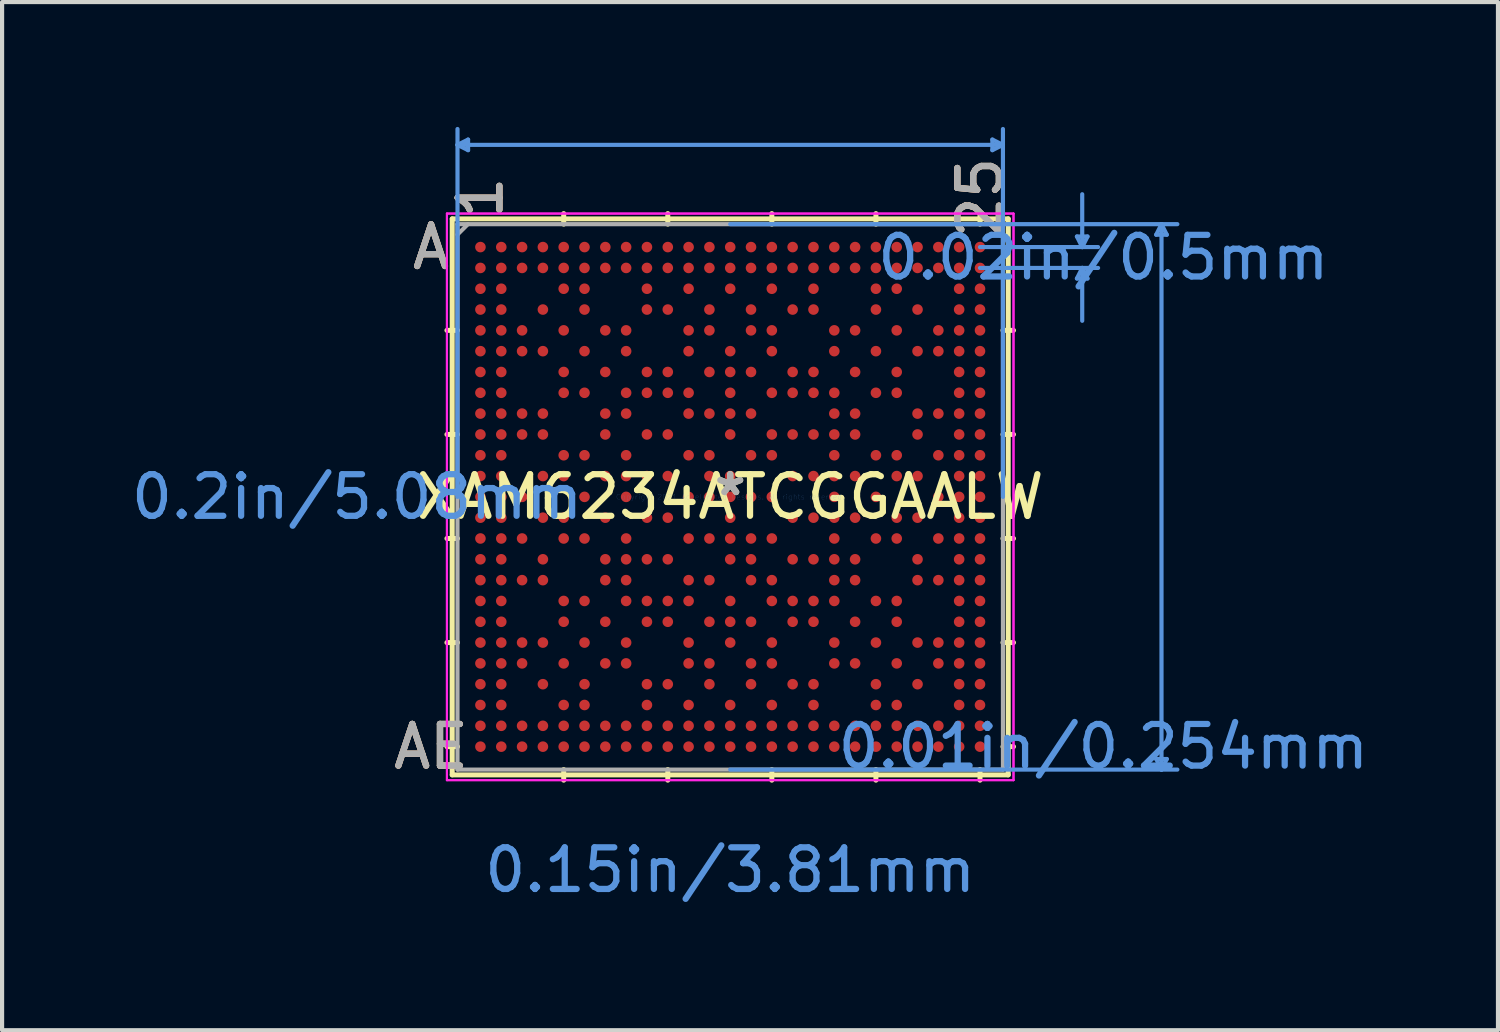
<source format=kicad_pcb>
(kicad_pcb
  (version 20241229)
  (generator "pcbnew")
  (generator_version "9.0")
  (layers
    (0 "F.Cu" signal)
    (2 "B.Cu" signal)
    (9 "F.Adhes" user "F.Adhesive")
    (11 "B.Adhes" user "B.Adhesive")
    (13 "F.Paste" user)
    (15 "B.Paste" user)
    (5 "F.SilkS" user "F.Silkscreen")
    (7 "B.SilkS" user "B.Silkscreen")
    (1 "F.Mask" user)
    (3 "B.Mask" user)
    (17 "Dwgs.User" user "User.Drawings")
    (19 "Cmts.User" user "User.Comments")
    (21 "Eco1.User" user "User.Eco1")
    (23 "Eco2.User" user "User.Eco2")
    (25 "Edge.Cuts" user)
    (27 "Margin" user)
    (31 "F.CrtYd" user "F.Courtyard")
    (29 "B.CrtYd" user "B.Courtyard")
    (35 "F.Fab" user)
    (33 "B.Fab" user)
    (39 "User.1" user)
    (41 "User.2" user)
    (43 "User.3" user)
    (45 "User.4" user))
  (footprint "XAM6234ATCGGAALW"
    (layer "F.Cu")
    (at 14.496 8.889)
    (property "Reference" "XAM6234ATCGGAALW" (at 0 0 0) (layer "F.SilkS") (effects (font (size 1 1) (thickness 0.15))))
    (attr through_hole)
    (fp_line (start -6.68 -6.68) (end -6.68 6.68) (stroke (width 0.12) (type solid)) (layer "F.SilkS"))
    (fp_line (start -6.68 6.68) (end 6.68 6.68) (stroke (width 0.12) (type solid)) (layer "F.SilkS"))
    (fp_line (start -6.553 -4.001) (end -6.807 -4.001) (stroke (width 0.12) (type solid)) (layer "F.SilkS"))
    (fp_line (start -6.553 -1.5) (end -6.807 -1.5) (stroke (width 0.12) (type solid)) (layer "F.SilkS"))
    (fp_line (start -6.553 1) (end -6.807 1) (stroke (width 0.12) (type solid)) (layer "F.SilkS"))
    (fp_line (start -6.553 3.501) (end -6.807 3.501) (stroke (width 0.12) (type solid)) (layer "F.SilkS"))
    (fp_line (start -6.553 6.002) (end -6.807 6.002) (stroke (width 0.12) (type solid)) (layer "F.SilkS"))
    (fp_line (start -4.001 -6.553) (end -4.001 -6.807) (stroke (width 0.12) (type solid)) (layer "F.SilkS"))
    (fp_line (start -4.001 6.553) (end -4.001 6.807) (stroke (width 0.12) (type solid)) (layer "F.SilkS"))
    (fp_line (start -1.5 -6.553) (end -1.5 -6.807) (stroke (width 0.12) (type solid)) (layer "F.SilkS"))
    (fp_line (start -1.5 6.553) (end -1.5 6.807) (stroke (width 0.12) (type solid)) (layer "F.SilkS"))
    (fp_line (start 1 -6.553) (end 1 -6.807) (stroke (width 0.12) (type solid)) (layer "F.SilkS"))
    (fp_line (start 1 6.553) (end 1 6.807) (stroke (width 0.12) (type solid)) (layer "F.SilkS"))
    (fp_line (start 3.501 -6.553) (end 3.501 -6.807) (stroke (width 0.12) (type solid)) (layer "F.SilkS"))
    (fp_line (start 3.501 6.553) (end 3.501 6.807) (stroke (width 0.12) (type solid)) (layer "F.SilkS"))
    (fp_line (start 6.002 -6.553) (end 6.002 -6.807) (stroke (width 0.12) (type solid)) (layer "F.SilkS"))
    (fp_line (start 6.002 6.553) (end 6.002 6.807) (stroke (width 0.12) (type solid)) (layer "F.SilkS"))
    (fp_line (start 6.553 -4.001) (end 6.807 -4.001) (stroke (width 0.12) (type solid)) (layer "F.SilkS"))
    (fp_line (start 6.553 -1.5) (end 6.807 -1.5) (stroke (width 0.12) (type solid)) (layer "F.SilkS"))
    (fp_line (start 6.553 1) (end 6.807 1) (stroke (width 0.12) (type solid)) (layer "F.SilkS"))
    (fp_line (start 6.553 3.501) (end 6.807 3.501) (stroke (width 0.12) (type solid)) (layer "F.SilkS"))
    (fp_line (start 6.553 6.002) (end 6.807 6.002) (stroke (width 0.12) (type solid)) (layer "F.SilkS"))
    (fp_line (start 6.68 -6.68) (end -6.68 -6.68) (stroke (width 0.12) (type solid)) (layer "F.SilkS"))
    (fp_line (start 6.68 6.68) (end 6.68 -6.68) (stroke (width 0.12) (type solid)) (layer "F.SilkS"))
    (fp_line (start -6.553 -8.458) (end -6.299 -8.585) (stroke (width 0.1) (type solid)) (layer "Cmts.User"))
    (fp_line (start -6.553 -8.458) (end -6.299 -8.331) (stroke (width 0.1) (type solid)) (layer "Cmts.User"))
    (fp_line (start -6.553 -8.458) (end 6.553 -8.458) (stroke (width 0.1) (type solid)) (layer "Cmts.User"))
    (fp_line (start -6.553 0) (end -6.553 -8.839) (stroke (width 0.1) (type solid)) (layer "Cmts.User"))
    (fp_line (start -6.299 -8.585) (end -6.299 -8.331) (stroke (width 0.1) (type solid)) (layer "Cmts.User"))
    (fp_line (start 0 -6.553) (end 10.744 -6.553) (stroke (width 0.1) (type solid)) (layer "Cmts.User"))
    (fp_line (start 0 6.553) (end 10.744 6.553) (stroke (width 0.1) (type solid)) (layer "Cmts.User"))
    (fp_line (start 6.002 -6.002) (end 8.839 -6.002) (stroke (width 0.1) (type solid)) (layer "Cmts.User"))
    (fp_line (start 6.002 -5.501) (end 8.839 -5.501) (stroke (width 0.1) (type solid)) (layer "Cmts.User"))
    (fp_line (start 6.299 -8.585) (end 6.299 -8.331) (stroke (width 0.1) (type solid)) (layer "Cmts.User"))
    (fp_line (start 6.553 -8.458) (end 6.299 -8.585) (stroke (width 0.1) (type solid)) (layer "Cmts.User"))
    (fp_line (start 6.553 -8.458) (end 6.299 -8.331) (stroke (width 0.1) (type solid)) (layer "Cmts.User"))
    (fp_line (start 6.553 0) (end 6.553 -8.839) (stroke (width 0.1) (type solid)) (layer "Cmts.User"))
    (fp_line (start 8.331 -6.256) (end 8.585 -6.256) (stroke (width 0.1) (type solid)) (layer "Cmts.User"))
    (fp_line (start 8.331 -5.247) (end 8.585 -5.247) (stroke (width 0.1) (type solid)) (layer "Cmts.User"))
    (fp_line (start 8.458 -6.002) (end 8.331 -6.256) (stroke (width 0.1) (type solid)) (layer "Cmts.User"))
    (fp_line (start 8.458 -6.002) (end 8.458 -7.272) (stroke (width 0.1) (type solid)) (layer "Cmts.User"))
    (fp_line (start 8.458 -6.002) (end 8.585 -6.256) (stroke (width 0.1) (type solid)) (layer "Cmts.User"))
    (fp_line (start 8.458 -5.501) (end 8.331 -5.247) (stroke (width 0.1) (type solid)) (layer "Cmts.User"))
    (fp_line (start 8.458 -5.501) (end 8.458 -4.231) (stroke (width 0.1) (type solid)) (layer "Cmts.User"))
    (fp_line (start 8.458 -5.501) (end 8.585 -5.247) (stroke (width 0.1) (type solid)) (layer "Cmts.User"))
    (fp_line (start 10.236 -6.299) (end 10.49 -6.299) (stroke (width 0.1) (type solid)) (layer "Cmts.User"))
    (fp_line (start 10.236 6.299) (end 10.49 6.299) (stroke (width 0.1) (type solid)) (layer "Cmts.User"))
    (fp_line (start 10.363 -6.553) (end 10.236 -6.299) (stroke (width 0.1) (type solid)) (layer "Cmts.User"))
    (fp_line (start 10.363 -6.553) (end 10.363 6.553) (stroke (width 0.1) (type solid)) (layer "Cmts.User"))
    (fp_line (start 10.363 -6.553) (end 10.49 -6.299) (stroke (width 0.1) (type solid)) (layer "Cmts.User"))
    (fp_line (start 10.363 6.553) (end 10.236 6.299) (stroke (width 0.1) (type solid)) (layer "Cmts.User"))
    (fp_line (start 10.363 6.553) (end 10.49 6.299) (stroke (width 0.1) (type solid)) (layer "Cmts.User"))
    (fp_line (start -6.807 -6.807) (end 6.807 -6.807) (stroke (width 0.05) (type solid)) (layer "F.CrtYd"))
    (fp_line (start -6.807 -6.807) (end 6.807 -6.807) (stroke (width 0.05) (type solid)) (layer "F.CrtYd"))
    (fp_line (start -6.807 6.807) (end -6.807 -6.807) (stroke (width 0.05) (type solid)) (layer "F.CrtYd"))
    (fp_line (start -6.807 6.807) (end -6.807 -6.807) (stroke (width 0.05) (type solid)) (layer "F.CrtYd"))
    (fp_line (start 6.807 -6.807) (end 6.807 6.807) (stroke (width 0.05) (type solid)) (layer "F.CrtYd"))
    (fp_line (start 6.807 -6.807) (end 6.807 6.807) (stroke (width 0.05) (type solid)) (layer "F.CrtYd"))
    (fp_line (start 6.807 6.807) (end -6.807 6.807) (stroke (width 0.05) (type solid)) (layer "F.CrtYd"))
    (fp_line (start 6.807 6.807) (end -6.807 6.807) (stroke (width 0.05) (type solid)) (layer "F.CrtYd"))
    (fp_line (start -6.553 -6.553) (end -6.553 6.553) (stroke (width 0.1) (type solid)) (layer "F.Fab"))
    (fp_line (start -6.553 6.553) (end 6.553 6.553) (stroke (width 0.1) (type solid)) (layer "F.Fab"))
    (fp_line (start -6.303 -6.553) (end -6.553 -6.303) (stroke (width 0.1) (type solid)) (layer "F.Fab"))
    (fp_line (start 6.553 -6.553) (end -6.553 -6.553) (stroke (width 0.1) (type solid)) (layer "F.Fab"))
    (fp_line (start 6.553 6.553) (end 6.553 -6.553) (stroke (width 0.1) (type solid)) (layer "F.Fab"))
    (fp_text user "AE" (at -7.188 6.002 0) (layer "F.SilkS") (effects (font (size 1 1) (thickness 0.15))))
    (fp_text user "*" (at 0 0 0) (layer "F.SilkS") (effects (font (size 1 1) (thickness 0.15))))
    (fp_text user "A" (at -7.188 -6.002 0) (layer "F.SilkS") (effects (font (size 1 1) (thickness 0.15))))
    (fp_text user "1" (at -6.002 -7.188 90) (layer "F.SilkS") (effects (font (size 1 1) (thickness 0.15))))
    (fp_text user "25" (at 6.002 -7.188 90) (layer "F.SilkS") (effects (font (size 1 1) (thickness 0.15))))
    (fp_text user "1" (at -6.002 -7.188 90) (layer "B.SilkS") (effects (font (size 1 1) (thickness 0.15))))
    (fp_text user "A" (at -7.188 -6.002 0) (layer "B.SilkS") (effects (font (size 1 1) (thickness 0.15))))
    (fp_text user "AE" (at -7.188 6.002 0) (layer "B.SilkS") (effects (font (size 1 1) (thickness 0.15))))
    (fp_text user "25" (at 6.002 -7.188 90) (layer "B.SilkS") (effects (font (size 1 1) (thickness 0.15))))
    (fp_text user "0.02in/0.5mm" (at 8.966 -5.751 0) (layer "Cmts.User") (effects (font (size 1 1) (thickness 0.15))))
    (fp_text user "0.2in/5.08mm" (at -8.966 0 0) (layer "Cmts.User") (effects (font (size 1 1) (thickness 0.15))))
    (fp_text user "0.01in/0.254mm" (at 8.966 6.002 0) (layer "Cmts.User") (effects (font (size 1 1) (thickness 0.15))))
    (fp_text user "0.15in/3.81mm" (at 0 8.966 0) (layer "Cmts.User") (effects (font (size 1 1) (thickness 0.15))))
    (fp_text user "Copyright 2021 Accelerated Designs. All rights reserved." (at 0 0 0) (layer "Cmts.User") (effects (font (size 0.127 0.127) (thickness 0.002))))
    (fp_text user "*" (at 0 0 0) (layer "F.Fab") (effects (font (size 1 1) (thickness 0.15))))
    (fp_text user "AE" (at -7.188 6.002 0) (layer "F.Fab") (effects (font (size 1 1) (thickness 0.15))))
    (fp_text user "A" (at -7.188 -6.002 0) (layer "F.Fab") (effects (font (size 1 1) (thickness 0.15))))
    (fp_text user "25" (at 6.002 -7.188 90) (layer "F.Fab") (effects (font (size 1 1) (thickness 0.15))))
    (fp_text user "1" (at -6.002 -7.188 90) (layer "F.Fab") (effects (font (size 1 1) (thickness 0.15))))
    (pad "A1" smd circle (at -6.002 -6.002) (size 0.254 0.254) (layers "F.Cu" "F.Mask" "F.Paste"))
    (pad "A2" smd circle (at -5.501 -6.002) (size 0.254 0.254) (layers "F.Cu" "F.Mask" "F.Paste"))
    (pad "A3" smd circle (at -5.001 -6.002) (size 0.254 0.254) (layers "F.Cu" "F.Mask" "F.Paste"))
    (pad "A4" smd circle (at -4.501 -6.002) (size 0.254 0.254) (layers "F.Cu" "F.Mask" "F.Paste"))
    (pad "A5" smd circle (at -4.001 -6.002) (size 0.254 0.254) (layers "F.Cu" "F.Mask" "F.Paste"))
    (pad "A6" smd circle (at -3.501 -6.002) (size 0.254 0.254) (layers "F.Cu" "F.Mask" "F.Paste"))
    (pad "A7" smd circle (at -3.001 -6.002) (size 0.254 0.254) (layers "F.Cu" "F.Mask" "F.Paste"))
    (pad "A8" smd circle (at -2.501 -6.002) (size 0.254 0.254) (layers "F.Cu" "F.Mask" "F.Paste"))
    (pad "A9" smd circle (at -2.001 -6.002) (size 0.254 0.254) (layers "F.Cu" "F.Mask" "F.Paste"))
    (pad "A10" smd circle (at -1.5 -6.002) (size 0.254 0.254) (layers "F.Cu" "F.Mask" "F.Paste"))
    (pad "A11" smd circle (at -1 -6.002) (size 0.254 0.254) (layers "F.Cu" "F.Mask" "F.Paste"))
    (pad "A12" smd circle (at -0.5 -6.002) (size 0.254 0.254) (layers "F.Cu" "F.Mask" "F.Paste"))
    (pad "A13" smd circle (at 0 -6.002) (size 0.254 0.254) (layers "F.Cu" "F.Mask" "F.Paste"))
    (pad "A14" smd circle (at 0.5 -6.002) (size 0.254 0.254) (layers "F.Cu" "F.Mask" "F.Paste"))
    (pad "A15" smd circle (at 1 -6.002) (size 0.254 0.254) (layers "F.Cu" "F.Mask" "F.Paste"))
    (pad "A16" smd circle (at 1.5 -6.002) (size 0.254 0.254) (layers "F.Cu" "F.Mask" "F.Paste"))
    (pad "A17" smd circle (at 2.001 -6.002) (size 0.254 0.254) (layers "F.Cu" "F.Mask" "F.Paste"))
    (pad "A18" smd circle (at 2.501 -6.002) (size 0.254 0.254) (layers "F.Cu" "F.Mask" "F.Paste"))
    (pad "A19" smd circle (at 3.001 -6.002) (size 0.254 0.254) (layers "F.Cu" "F.Mask" "F.Paste"))
    (pad "A20" smd circle (at 3.501 -6.002) (size 0.254 0.254) (layers "F.Cu" "F.Mask" "F.Paste"))
    (pad "A21" smd circle (at 4.001 -6.002) (size 0.254 0.254) (layers "F.Cu" "F.Mask" "F.Paste"))
    (pad "A22" smd circle (at 4.501 -6.002) (size 0.254 0.254) (layers "F.Cu" "F.Mask" "F.Paste"))
    (pad "A23" smd circle (at 5.001 -6.002) (size 0.254 0.254) (layers "F.Cu" "F.Mask" "F.Paste"))
    (pad "A24" smd circle (at 5.501 -6.002) (size 0.254 0.254) (layers "F.Cu" "F.Mask" "F.Paste"))
    (pad "A25" smd circle (at 6.002 -6.002) (size 0.254 0.254) (layers "F.Cu" "F.Mask" "F.Paste"))
    (pad "AA1" smd circle (at -6.002 4.001) (size 0.254 0.254) (layers "F.Cu" "F.Mask" "F.Paste"))
    (pad "AA2" smd circle (at -5.501 4.001) (size 0.254 0.254) (layers "F.Cu" "F.Mask" "F.Paste"))
    (pad "AA3" smd circle (at -5.001 4.001) (size 0.254 0.254) (layers "F.Cu" "F.Mask" "F.Paste"))
    (pad "AA5" smd circle (at -4.001 4.001) (size 0.254 0.254) (layers "F.Cu" "F.Mask" "F.Paste"))
    (pad "AA7" smd circle (at -3.001 4.001) (size 0.254 0.254) (layers "F.Cu" "F.Mask" "F.Paste"))
    (pad "AA8" smd circle (at -2.501 4.001) (size 0.254 0.254) (layers "F.Cu" "F.Mask" "F.Paste"))
    (pad "AA11" smd circle (at -1 4.001) (size 0.254 0.254) (layers "F.Cu" "F.Mask" "F.Paste"))
    (pad "AA12" smd circle (at -0.5 4.001) (size 0.254 0.254) (layers "F.Cu" "F.Mask" "F.Paste"))
    (pad "AA14" smd circle (at 0.5 4.001) (size 0.254 0.254) (layers "F.Cu" "F.Mask" "F.Paste"))
    (pad "AA15" smd circle (at 1 4.001) (size 0.254 0.254) (layers "F.Cu" "F.Mask" "F.Paste"))
    (pad "AA18" smd circle (at 2.501 4.001) (size 0.254 0.254) (layers "F.Cu" "F.Mask" "F.Paste"))
    (pad "AA19" smd circle (at 3.001 4.001) (size 0.254 0.254) (layers "F.Cu" "F.Mask" "F.Paste"))
    (pad "AA21" smd circle (at 4.001 4.001) (size 0.254 0.254) (layers "F.Cu" "F.Mask" "F.Paste"))
    (pad "AA23" smd circle (at 5.001 4.001) (size 0.254 0.254) (layers "F.Cu" "F.Mask" "F.Paste"))
    (pad "AA24" smd circle (at 5.501 4.001) (size 0.254 0.254) (layers "F.Cu" "F.Mask" "F.Paste"))
    (pad "AA25" smd circle (at 6.002 4.001) (size 0.254 0.254) (layers "F.Cu" "F.Mask" "F.Paste"))
    (pad "AB1" smd circle (at -6.002 4.501) (size 0.254 0.254) (layers "F.Cu" "F.Mask" "F.Paste"))
    (pad "AB2" smd circle (at -5.501 4.501) (size 0.254 0.254) (layers "F.Cu" "F.Mask" "F.Paste"))
    (pad "AB4" smd circle (at -4.501 4.501) (size 0.254 0.254) (layers "F.Cu" "F.Mask" "F.Paste"))
    (pad "AB6" smd circle (at -3.501 4.501) (size 0.254 0.254) (layers "F.Cu" "F.Mask" "F.Paste"))
    (pad "AB9" smd circle (at -2.001 4.501) (size 0.254 0.254) (layers "F.Cu" "F.Mask" "F.Paste"))
    (pad "AB10" smd circle (at -1.5 4.501) (size 0.254 0.254) (layers "F.Cu" "F.Mask" "F.Paste"))
    (pad "AB12" smd circle (at -0.5 4.501) (size 0.254 0.254) (layers "F.Cu" "F.Mask" "F.Paste"))
    (pad "AB14" smd circle (at 0.5 4.501) (size 0.254 0.254) (layers "F.Cu" "F.Mask" "F.Paste"))
    (pad "AB16" smd circle (at 1.5 4.501) (size 0.254 0.254) (layers "F.Cu" "F.Mask" "F.Paste"))
    (pad "AB17" smd circle (at 2.001 4.501) (size 0.254 0.254) (layers "F.Cu" "F.Mask" "F.Paste"))
    (pad "AB20" smd circle (at 3.501 4.501) (size 0.254 0.254) (layers "F.Cu" "F.Mask" "F.Paste"))
    (pad "AB22" smd circle (at 4.501 4.501) (size 0.254 0.254) (layers "F.Cu" "F.Mask" "F.Paste"))
    (pad "AB24" smd circle (at 5.501 4.501) (size 0.254 0.254) (layers "F.Cu" "F.Mask" "F.Paste"))
    (pad "AB25" smd circle (at 6.002 4.501) (size 0.254 0.254) (layers "F.Cu" "F.Mask" "F.Paste"))
    (pad "AC1" smd circle (at -6.002 5.001) (size 0.254 0.254) (layers "F.Cu" "F.Mask" "F.Paste"))
    (pad "AC2" smd circle (at -5.501 5.001) (size 0.254 0.254) (layers "F.Cu" "F.Mask" "F.Paste"))
    (pad "AC5" smd circle (at -4.001 5.001) (size 0.254 0.254) (layers "F.Cu" "F.Mask" "F.Paste"))
    (pad "AC6" smd circle (at -3.501 5.001) (size 0.254 0.254) (layers "F.Cu" "F.Mask" "F.Paste"))
    (pad "AC9" smd circle (at -2.001 5.001) (size 0.254 0.254) (layers "F.Cu" "F.Mask" "F.Paste"))
    (pad "AC11" smd circle (at -1 5.001) (size 0.254 0.254) (layers "F.Cu" "F.Mask" "F.Paste"))
    (pad "AC13" smd circle (at 0 5.001) (size 0.254 0.254) (layers "F.Cu" "F.Mask" "F.Paste"))
    (pad "AC15" smd circle (at 1 5.001) (size 0.254 0.254) (layers "F.Cu" "F.Mask" "F.Paste"))
    (pad "AC17" smd circle (at 2.001 5.001) (size 0.254 0.254) (layers "F.Cu" "F.Mask" "F.Paste"))
    (pad "AC20" smd circle (at 3.501 5.001) (size 0.254 0.254) (layers "F.Cu" "F.Mask" "F.Paste"))
    (pad "AC21" smd circle (at 4.001 5.001) (size 0.254 0.254) (layers "F.Cu" "F.Mask" "F.Paste"))
    (pad "AC24" smd circle (at 5.501 5.001) (size 0.254 0.254) (layers "F.Cu" "F.Mask" "F.Paste"))
    (pad "AC25" smd circle (at 6.002 5.001) (size 0.254 0.254) (layers "F.Cu" "F.Mask" "F.Paste"))
    (pad "AD1" smd circle (at -6.002 5.501) (size 0.254 0.254) (layers "F.Cu" "F.Mask" "F.Paste"))
    (pad "AD2" smd circle (at -5.501 5.501) (size 0.254 0.254) (layers "F.Cu" "F.Mask" "F.Paste"))
    (pad "AD3" smd circle (at -5.001 5.501) (size 0.254 0.254) (layers "F.Cu" "F.Mask" "F.Paste"))
    (pad "AD4" smd circle (at -4.501 5.501) (size 0.254 0.254) (layers "F.Cu" "F.Mask" "F.Paste"))
    (pad "AD5" smd circle (at -4.001 5.501) (size 0.254 0.254) (layers "F.Cu" "F.Mask" "F.Paste"))
    (pad "AD6" smd circle (at -3.501 5.501) (size 0.254 0.254) (layers "F.Cu" "F.Mask" "F.Paste"))
    (pad "AD7" smd circle (at -3.001 5.501) (size 0.254 0.254) (layers "F.Cu" "F.Mask" "F.Paste"))
    (pad "AD8" smd circle (at -2.501 5.501) (size 0.254 0.254) (layers "F.Cu" "F.Mask" "F.Paste"))
    (pad "AD9" smd circle (at -2.001 5.501) (size 0.254 0.254) (layers "F.Cu" "F.Mask" "F.Paste"))
    (pad "AD10" smd circle (at -1.5 5.501) (size 0.254 0.254) (layers "F.Cu" "F.Mask" "F.Paste"))
    (pad "AD11" smd circle (at -1 5.501) (size 0.254 0.254) (layers "F.Cu" "F.Mask" "F.Paste"))
    (pad "AD12" smd circle (at -0.5 5.501) (size 0.254 0.254) (layers "F.Cu" "F.Mask" "F.Paste"))
    (pad "AD13" smd circle (at 0 5.501) (size 0.254 0.254) (layers "F.Cu" "F.Mask" "F.Paste"))
    (pad "AD14" smd circle (at 0.5 5.501) (size 0.254 0.254) (layers "F.Cu" "F.Mask" "F.Paste"))
    (pad "AD15" smd circle (at 1 5.501) (size 0.254 0.254) (layers "F.Cu" "F.Mask" "F.Paste"))
    (pad "AD16" smd circle (at 1.5 5.501) (size 0.254 0.254) (layers "F.Cu" "F.Mask" "F.Paste"))
    (pad "AD17" smd circle (at 2.001 5.501) (size 0.254 0.254) (layers "F.Cu" "F.Mask" "F.Paste"))
    (pad "AD18" smd circle (at 2.501 5.501) (size 0.254 0.254) (layers "F.Cu" "F.Mask" "F.Paste"))
    (pad "AD19" smd circle (at 3.001 5.501) (size 0.254 0.254) (layers "F.Cu" "F.Mask" "F.Paste"))
    (pad "AD20" smd circle (at 3.501 5.501) (size 0.254 0.254) (layers "F.Cu" "F.Mask" "F.Paste"))
    (pad "AD21" smd circle (at 4.001 5.501) (size 0.254 0.254) (layers "F.Cu" "F.Mask" "F.Paste"))
    (pad "AD22" smd circle (at 4.501 5.501) (size 0.254 0.254) (layers "F.Cu" "F.Mask" "F.Paste"))
    (pad "AD23" smd circle (at 5.001 5.501) (size 0.254 0.254) (layers "F.Cu" "F.Mask" "F.Paste"))
    (pad "AD24" smd circle (at 5.501 5.501) (size 0.254 0.254) (layers "F.Cu" "F.Mask" "F.Paste"))
    (pad "AD25" smd circle (at 6.002 5.501) (size 0.254 0.254) (layers "F.Cu" "F.Mask" "F.Paste"))
    (pad "AE1" smd circle (at -6.002 6.002) (size 0.254 0.254) (layers "F.Cu" "F.Mask" "F.Paste"))
    (pad "AE2" smd circle (at -5.501 6.002) (size 0.254 0.254) (layers "F.Cu" "F.Mask" "F.Paste"))
    (pad "AE3" smd circle (at -5.001 6.002) (size 0.254 0.254) (layers "F.Cu" "F.Mask" "F.Paste"))
    (pad "AE4" smd circle (at -4.501 6.002) (size 0.254 0.254) (layers "F.Cu" "F.Mask" "F.Paste"))
    (pad "AE5" smd circle (at -4.001 6.002) (size 0.254 0.254) (layers "F.Cu" "F.Mask" "F.Paste"))
    (pad "AE6" smd circle (at -3.501 6.002) (size 0.254 0.254) (layers "F.Cu" "F.Mask" "F.Paste"))
    (pad "AE7" smd circle (at -3.001 6.002) (size 0.254 0.254) (layers "F.Cu" "F.Mask" "F.Paste"))
    (pad "AE8" smd circle (at -2.501 6.002) (size 0.254 0.254) (layers "F.Cu" "F.Mask" "F.Paste"))
    (pad "AE9" smd circle (at -2.001 6.002) (size 0.254 0.254) (layers "F.Cu" "F.Mask" "F.Paste"))
    (pad "AE10" smd circle (at -1.5 6.002) (size 0.254 0.254) (layers "F.Cu" "F.Mask" "F.Paste"))
    (pad "AE11" smd circle (at -1 6.002) (size 0.254 0.254) (layers "F.Cu" "F.Mask" "F.Paste"))
    (pad "AE12" smd circle (at -0.5 6.002) (size 0.254 0.254) (layers "F.Cu" "F.Mask" "F.Paste"))
    (pad "AE13" smd circle (at 0 6.002) (size 0.254 0.254) (layers "F.Cu" "F.Mask" "F.Paste"))
    (pad "AE14" smd circle (at 0.5 6.002) (size 0.254 0.254) (layers "F.Cu" "F.Mask" "F.Paste"))
    (pad "AE15" smd circle (at 1 6.002) (size 0.254 0.254) (layers "F.Cu" "F.Mask" "F.Paste"))
    (pad "AE16" smd circle (at 1.5 6.002) (size 0.254 0.254) (layers "F.Cu" "F.Mask" "F.Paste"))
    (pad "AE17" smd circle (at 2.001 6.002) (size 0.254 0.254) (layers "F.Cu" "F.Mask" "F.Paste"))
    (pad "AE18" smd circle (at 2.501 6.002) (size 0.254 0.254) (layers "F.Cu" "F.Mask" "F.Paste"))
    (pad "AE19" smd circle (at 3.001 6.002) (size 0.254 0.254) (layers "F.Cu" "F.Mask" "F.Paste"))
    (pad "AE20" smd circle (at 3.501 6.002) (size 0.254 0.254) (layers "F.Cu" "F.Mask" "F.Paste"))
    (pad "AE21" smd circle (at 4.001 6.002) (size 0.254 0.254) (layers "F.Cu" "F.Mask" "F.Paste"))
    (pad "AE22" smd circle (at 4.501 6.002) (size 0.254 0.254) (layers "F.Cu" "F.Mask" "F.Paste"))
    (pad "AE23" smd circle (at 5.001 6.002) (size 0.254 0.254) (layers "F.Cu" "F.Mask" "F.Paste"))
    (pad "AE24" smd circle (at 5.501 6.002) (size 0.254 0.254) (layers "F.Cu" "F.Mask" "F.Paste"))
    (pad "AE25" smd circle (at 6.002 6.002) (size 0.254 0.254) (layers "F.Cu" "F.Mask" "F.Paste"))
    (pad "B1" smd circle (at -6.002 -5.501) (size 0.254 0.254) (layers "F.Cu" "F.Mask" "F.Paste"))
    (pad "B2" smd circle (at -5.501 -5.501) (size 0.254 0.254) (layers "F.Cu" "F.Mask" "F.Paste"))
    (pad "B3" smd circle (at -5.001 -5.501) (size 0.254 0.254) (layers "F.Cu" "F.Mask" "F.Paste"))
    (pad "B4" smd circle (at -4.501 -5.501) (size 0.254 0.254) (layers "F.Cu" "F.Mask" "F.Paste"))
    (pad "B5" smd circle (at -4.001 -5.501) (size 0.254 0.254) (layers "F.Cu" "F.Mask" "F.Paste"))
    (pad "B6" smd circle (at -3.501 -5.501) (size 0.254 0.254) (layers "F.Cu" "F.Mask" "F.Paste"))
    (pad "B7" smd circle (at -3.001 -5.501) (size 0.254 0.254) (layers "F.Cu" "F.Mask" "F.Paste"))
    (pad "B8" smd circle (at -2.501 -5.501) (size 0.254 0.254) (layers "F.Cu" "F.Mask" "F.Paste"))
    (pad "B9" smd circle (at -2.001 -5.501) (size 0.254 0.254) (layers "F.Cu" "F.Mask" "F.Paste"))
    (pad "B10" smd circle (at -1.5 -5.501) (size 0.254 0.254) (layers "F.Cu" "F.Mask" "F.Paste"))
    (pad "B11" smd circle (at -1 -5.501) (size 0.254 0.254) (layers "F.Cu" "F.Mask" "F.Paste"))
    (pad "B12" smd circle (at -0.5 -5.501) (size 0.254 0.254) (layers "F.Cu" "F.Mask" "F.Paste"))
    (pad "B13" smd circle (at 0 -5.501) (size 0.254 0.254) (layers "F.Cu" "F.Mask" "F.Paste"))
    (pad "B14" smd circle (at 0.5 -5.501) (size 0.254 0.254) (layers "F.Cu" "F.Mask" "F.Paste"))
    (pad "B15" smd circle (at 1 -5.501) (size 0.254 0.254) (layers "F.Cu" "F.Mask" "F.Paste"))
    (pad "B16" smd circle (at 1.5 -5.501) (size 0.254 0.254) (layers "F.Cu" "F.Mask" "F.Paste"))
    (pad "B17" smd circle (at 2.001 -5.501) (size 0.254 0.254) (layers "F.Cu" "F.Mask" "F.Paste"))
    (pad "B18" smd circle (at 2.501 -5.501) (size 0.254 0.254) (layers "F.Cu" "F.Mask" "F.Paste"))
    (pad "B19" smd circle (at 3.001 -5.501) (size 0.254 0.254) (layers "F.Cu" "F.Mask" "F.Paste"))
    (pad "B20" smd circle (at 3.501 -5.501) (size 0.254 0.254) (layers "F.Cu" "F.Mask" "F.Paste"))
    (pad "B21" smd circle (at 4.001 -5.501) (size 0.254 0.254) (layers "F.Cu" "F.Mask" "F.Paste"))
    (pad "B22" smd circle (at 4.501 -5.501) (size 0.254 0.254) (layers "F.Cu" "F.Mask" "F.Paste"))
    (pad "B23" smd circle (at 5.001 -5.501) (size 0.254 0.254) (layers "F.Cu" "F.Mask" "F.Paste"))
    (pad "B24" smd circle (at 5.501 -5.501) (size 0.254 0.254) (layers "F.Cu" "F.Mask" "F.Paste"))
    (pad "B25" smd circle (at 6.002 -5.501) (size 0.254 0.254) (layers "F.Cu" "F.Mask" "F.Paste"))
    (pad "C1" smd circle (at -6.002 -5.001) (size 0.254 0.254) (layers "F.Cu" "F.Mask" "F.Paste"))
    (pad "C2" smd circle (at -5.501 -5.001) (size 0.254 0.254) (layers "F.Cu" "F.Mask" "F.Paste"))
    (pad "C5" smd circle (at -4.001 -5.001) (size 0.254 0.254) (layers "F.Cu" "F.Mask" "F.Paste"))
    (pad "C6" smd circle (at -3.501 -5.001) (size 0.254 0.254) (layers "F.Cu" "F.Mask" "F.Paste"))
    (pad "C9" smd circle (at -2.001 -5.001) (size 0.254 0.254) (layers "F.Cu" "F.Mask" "F.Paste"))
    (pad "C11" smd circle (at -1 -5.001) (size 0.254 0.254) (layers "F.Cu" "F.Mask" "F.Paste"))
    (pad "C13" smd circle (at 0 -5.001) (size 0.254 0.254) (layers "F.Cu" "F.Mask" "F.Paste"))
    (pad "C15" smd circle (at 1 -5.001) (size 0.254 0.254) (layers "F.Cu" "F.Mask" "F.Paste"))
    (pad "C17" smd circle (at 2.001 -5.001) (size 0.254 0.254) (layers "F.Cu" "F.Mask" "F.Paste"))
    (pad "C20" smd circle (at 3.501 -5.001) (size 0.254 0.254) (layers "F.Cu" "F.Mask" "F.Paste"))
    (pad "C21" smd circle (at 4.001 -5.001) (size 0.254 0.254) (layers "F.Cu" "F.Mask" "F.Paste"))
    (pad "C24" smd circle (at 5.501 -5.001) (size 0.254 0.254) (layers "F.Cu" "F.Mask" "F.Paste"))
    (pad "C25" smd circle (at 6.002 -5.001) (size 0.254 0.254) (layers "F.Cu" "F.Mask" "F.Paste"))
    (pad "D1" smd circle (at -6.002 -4.501) (size 0.254 0.254) (layers "F.Cu" "F.Mask" "F.Paste"))
    (pad "D2" smd circle (at -5.501 -4.501) (size 0.254 0.254) (layers "F.Cu" "F.Mask" "F.Paste"))
    (pad "D4" smd circle (at -4.501 -4.501) (size 0.254 0.254) (layers "F.Cu" "F.Mask" "F.Paste"))
    (pad "D6" smd circle (at -3.501 -4.501) (size 0.254 0.254) (layers "F.Cu" "F.Mask" "F.Paste"))
    (pad "D9" smd circle (at -2.001 -4.501) (size 0.254 0.254) (layers "F.Cu" "F.Mask" "F.Paste"))
    (pad "D10" smd circle (at -1.5 -4.501) (size 0.254 0.254) (layers "F.Cu" "F.Mask" "F.Paste"))
    (pad "D12" smd circle (at -0.5 -4.501) (size 0.254 0.254) (layers "F.Cu" "F.Mask" "F.Paste"))
    (pad "D14" smd circle (at 0.5 -4.501) (size 0.254 0.254) (layers "F.Cu" "F.Mask" "F.Paste"))
    (pad "D16" smd circle (at 1.5 -4.501) (size 0.254 0.254) (layers "F.Cu" "F.Mask" "F.Paste"))
    (pad "D17" smd circle (at 2.001 -4.501) (size 0.254 0.254) (layers "F.Cu" "F.Mask" "F.Paste"))
    (pad "D20" smd circle (at 3.501 -4.501) (size 0.254 0.254) (layers "F.Cu" "F.Mask" "F.Paste"))
    (pad "D22" smd circle (at 4.501 -4.501) (size 0.254 0.254) (layers "F.Cu" "F.Mask" "F.Paste"))
    (pad "D24" smd circle (at 5.501 -4.501) (size 0.254 0.254) (layers "F.Cu" "F.Mask" "F.Paste"))
    (pad "D25" smd circle (at 6.002 -4.501) (size 0.254 0.254) (layers "F.Cu" "F.Mask" "F.Paste"))
    (pad "E1" smd circle (at -6.002 -4.001) (size 0.254 0.254) (layers "F.Cu" "F.Mask" "F.Paste"))
    (pad "E2" smd circle (at -5.501 -4.001) (size 0.254 0.254) (layers "F.Cu" "F.Mask" "F.Paste"))
    (pad "E3" smd circle (at -5.001 -4.001) (size 0.254 0.254) (layers "F.Cu" "F.Mask" "F.Paste"))
    (pad "E5" smd circle (at -4.001 -4.001) (size 0.254 0.254) (layers "F.Cu" "F.Mask" "F.Paste"))
    (pad "E7" smd circle (at -3.001 -4.001) (size 0.254 0.254) (layers "F.Cu" "F.Mask" "F.Paste"))
    (pad "E8" smd circle (at -2.501 -4.001) (size 0.254 0.254) (layers "F.Cu" "F.Mask" "F.Paste"))
    (pad "E11" smd circle (at -1 -4.001) (size 0.254 0.254) (layers "F.Cu" "F.Mask" "F.Paste"))
    (pad "E12" smd circle (at -0.5 -4.001) (size 0.254 0.254) (layers "F.Cu" "F.Mask" "F.Paste"))
    (pad "E14" smd circle (at 0.5 -4.001) (size 0.254 0.254) (layers "F.Cu" "F.Mask" "F.Paste"))
    (pad "E15" smd circle (at 1 -4.001) (size 0.254 0.254) (layers "F.Cu" "F.Mask" "F.Paste"))
    (pad "E18" smd circle (at 2.501 -4.001) (size 0.254 0.254) (layers "F.Cu" "F.Mask" "F.Paste"))
    (pad "E19" smd circle (at 3.001 -4.001) (size 0.254 0.254) (layers "F.Cu" "F.Mask" "F.Paste"))
    (pad "E21" smd circle (at 4.001 -4.001) (size 0.254 0.254) (layers "F.Cu" "F.Mask" "F.Paste"))
    (pad "E23" smd circle (at 5.001 -4.001) (size 0.254 0.254) (layers "F.Cu" "F.Mask" "F.Paste"))
    (pad "E24" smd circle (at 5.501 -4.001) (size 0.254 0.254) (layers "F.Cu" "F.Mask" "F.Paste"))
    (pad "E25" smd circle (at 6.002 -4.001) (size 0.254 0.254) (layers "F.Cu" "F.Mask" "F.Paste"))
    (pad "F1" smd circle (at -6.002 -3.501) (size 0.254 0.254) (layers "F.Cu" "F.Mask" "F.Paste"))
    (pad "F2" smd circle (at -5.501 -3.501) (size 0.254 0.254) (layers "F.Cu" "F.Mask" "F.Paste"))
    (pad "F3" smd circle (at -5.001 -3.501) (size 0.254 0.254) (layers "F.Cu" "F.Mask" "F.Paste"))
    (pad "F4" smd circle (at -4.501 -3.501) (size 0.254 0.254) (layers "F.Cu" "F.Mask" "F.Paste"))
    (pad "F6" smd circle (at -3.501 -3.501) (size 0.254 0.254) (layers "F.Cu" "F.Mask" "F.Paste"))
    (pad "F8" smd circle (at -2.501 -3.501) (size 0.254 0.254) (layers "F.Cu" "F.Mask" "F.Paste"))
    (pad "F11" smd circle (at -1 -3.501) (size 0.254 0.254) (layers "F.Cu" "F.Mask" "F.Paste"))
    (pad "F13" smd circle (at 0 -3.501) (size 0.254 0.254) (layers "F.Cu" "F.Mask" "F.Paste"))
    (pad "F15" smd circle (at 1 -3.501) (size 0.254 0.254) (layers "F.Cu" "F.Mask" "F.Paste"))
    (pad "F18" smd circle (at 2.501 -3.501) (size 0.254 0.254) (layers "F.Cu" "F.Mask" "F.Paste"))
    (pad "F20" smd circle (at 3.501 -3.501) (size 0.254 0.254) (layers "F.Cu" "F.Mask" "F.Paste"))
    (pad "F22" smd circle (at 4.501 -3.501) (size 0.254 0.254) (layers "F.Cu" "F.Mask" "F.Paste"))
    (pad "F23" smd circle (at 5.001 -3.501) (size 0.254 0.254) (layers "F.Cu" "F.Mask" "F.Paste"))
    (pad "F24" smd circle (at 5.501 -3.501) (size 0.254 0.254) (layers "F.Cu" "F.Mask" "F.Paste"))
    (pad "F25" smd circle (at 6.002 -3.501) (size 0.254 0.254) (layers "F.Cu" "F.Mask" "F.Paste"))
    (pad "G1" smd circle (at -6.002 -3.001) (size 0.254 0.254) (layers "F.Cu" "F.Mask" "F.Paste"))
    (pad "G2" smd circle (at -5.501 -3.001) (size 0.254 0.254) (layers "F.Cu" "F.Mask" "F.Paste"))
    (pad "G5" smd circle (at -4.001 -3.001) (size 0.254 0.254) (layers "F.Cu" "F.Mask" "F.Paste"))
    (pad "G7" smd circle (at -3.001 -3.001) (size 0.254 0.254) (layers "F.Cu" "F.Mask" "F.Paste"))
    (pad "G9" smd circle (at -2.001 -3.001) (size 0.254 0.254) (layers "F.Cu" "F.Mask" "F.Paste"))
    (pad "G10" smd circle (at -1.5 -3.001) (size 0.254 0.254) (layers "F.Cu" "F.Mask" "F.Paste"))
    (pad "G12" smd circle (at -0.5 -3.001) (size 0.254 0.254) (layers "F.Cu" "F.Mask" "F.Paste"))
    (pad "G13" smd circle (at 0 -3.001) (size 0.254 0.254) (layers "F.Cu" "F.Mask" "F.Paste"))
    (pad "G14" smd circle (at 0.5 -3.001) (size 0.254 0.254) (layers "F.Cu" "F.Mask" "F.Paste"))
    (pad "G16" smd circle (at 1.5 -3.001) (size 0.254 0.254) (layers "F.Cu" "F.Mask" "F.Paste"))
    (pad "G17" smd circle (at 2.001 -3.001) (size 0.254 0.254) (layers "F.Cu" "F.Mask" "F.Paste"))
    (pad "G19" smd circle (at 3.001 -3.001) (size 0.254 0.254) (layers "F.Cu" "F.Mask" "F.Paste"))
    (pad "G21" smd circle (at 4.001 -3.001) (size 0.254 0.254) (layers "F.Cu" "F.Mask" "F.Paste"))
    (pad "G24" smd circle (at 5.501 -3.001) (size 0.254 0.254) (layers "F.Cu" "F.Mask" "F.Paste"))
    (pad "G25" smd circle (at 6.002 -3.001) (size 0.254 0.254) (layers "F.Cu" "F.Mask" "F.Paste"))
    (pad "H1" smd circle (at -6.002 -2.501) (size 0.254 0.254) (layers "F.Cu" "F.Mask" "F.Paste"))
    (pad "H2" smd circle (at -5.501 -2.501) (size 0.254 0.254) (layers "F.Cu" "F.Mask" "F.Paste"))
    (pad "H5" smd circle (at -4.001 -2.501) (size 0.254 0.254) (layers "F.Cu" "F.Mask" "F.Paste"))
    (pad "H6" smd circle (at -3.501 -2.501) (size 0.254 0.254) (layers "F.Cu" "F.Mask" "F.Paste"))
    (pad "H8" smd circle (at -2.501 -2.501) (size 0.254 0.254) (layers "F.Cu" "F.Mask" "F.Paste"))
    (pad "H9" smd circle (at -2.001 -2.501) (size 0.254 0.254) (layers "F.Cu" "F.Mask" "F.Paste"))
    (pad "H10" smd circle (at -1.5 -2.501) (size 0.254 0.254) (layers "F.Cu" "F.Mask" "F.Paste"))
    (pad "H11" smd circle (at -1 -2.501) (size 0.254 0.254) (layers "F.Cu" "F.Mask" "F.Paste"))
    (pad "H13" smd circle (at 0 -2.501) (size 0.254 0.254) (layers "F.Cu" "F.Mask" "F.Paste"))
    (pad "H15" smd circle (at 1 -2.501) (size 0.254 0.254) (layers "F.Cu" "F.Mask" "F.Paste"))
    (pad "H16" smd circle (at 1.5 -2.501) (size 0.254 0.254) (layers "F.Cu" "F.Mask" "F.Paste"))
    (pad "H17" smd circle (at 2.001 -2.501) (size 0.254 0.254) (layers "F.Cu" "F.Mask" "F.Paste"))
    (pad "H18" smd circle (at 2.501 -2.501) (size 0.254 0.254) (layers "F.Cu" "F.Mask" "F.Paste"))
    (pad "H20" smd circle (at 3.501 -2.501) (size 0.254 0.254) (layers "F.Cu" "F.Mask" "F.Paste"))
    (pad "H21" smd circle (at 4.001 -2.501) (size 0.254 0.254) (layers "F.Cu" "F.Mask" "F.Paste"))
    (pad "H24" smd circle (at 5.501 -2.501) (size 0.254 0.254) (layers "F.Cu" "F.Mask" "F.Paste"))
    (pad "H25" smd circle (at 6.002 -2.501) (size 0.254 0.254) (layers "F.Cu" "F.Mask" "F.Paste"))
    (pad "J1" smd circle (at -6.002 -2.001) (size 0.254 0.254) (layers "F.Cu" "F.Mask" "F.Paste"))
    (pad "J2" smd circle (at -5.501 -2.001) (size 0.254 0.254) (layers "F.Cu" "F.Mask" "F.Paste"))
    (pad "J3" smd circle (at -5.001 -2.001) (size 0.254 0.254) (layers "F.Cu" "F.Mask" "F.Paste"))
    (pad "J4" smd circle (at -4.501 -2.001) (size 0.254 0.254) (layers "F.Cu" "F.Mask" "F.Paste"))
    (pad "J7" smd circle (at -3.001 -2.001) (size 0.254 0.254) (layers "F.Cu" "F.Mask" "F.Paste"))
    (pad "J8" smd circle (at -2.501 -2.001) (size 0.254 0.254) (layers "F.Cu" "F.Mask" "F.Paste"))
    (pad "J11" smd circle (at -1 -2.001) (size 0.254 0.254) (layers "F.Cu" "F.Mask" "F.Paste"))
    (pad "J12" smd circle (at -0.5 -2.001) (size 0.254 0.254) (layers "F.Cu" "F.Mask" "F.Paste"))
    (pad "J13" smd circle (at 0 -2.001) (size 0.254 0.254) (layers "F.Cu" "F.Mask" "F.Paste"))
    (pad "J14" smd circle (at 0.5 -2.001) (size 0.254 0.254) (layers "F.Cu" "F.Mask" "F.Paste"))
    (pad "J18" smd circle (at 2.501 -2.001) (size 0.254 0.254) (layers "F.Cu" "F.Mask" "F.Paste"))
    (pad "J19" smd circle (at 3.001 -2.001) (size 0.254 0.254) (layers "F.Cu" "F.Mask" "F.Paste"))
    (pad "J22" smd circle (at 4.501 -2.001) (size 0.254 0.254) (layers "F.Cu" "F.Mask" "F.Paste"))
    (pad "J23" smd circle (at 5.001 -2.001) (size 0.254 0.254) (layers "F.Cu" "F.Mask" "F.Paste"))
    (pad "J24" smd circle (at 5.501 -2.001) (size 0.254 0.254) (layers "F.Cu" "F.Mask" "F.Paste"))
    (pad "J25" smd circle (at 6.002 -2.001) (size 0.254 0.254) (layers "F.Cu" "F.Mask" "F.Paste"))
    (pad "K1" smd circle (at -6.002 -1.5) (size 0.254 0.254) (layers "F.Cu" "F.Mask" "F.Paste"))
    (pad "K2" smd circle (at -5.501 -1.5) (size 0.254 0.254) (layers "F.Cu" "F.Mask" "F.Paste"))
    (pad "K3" smd circle (at -5.001 -1.5) (size 0.254 0.254) (layers "F.Cu" "F.Mask" "F.Paste"))
    (pad "K4" smd circle (at -4.501 -1.5) (size 0.254 0.254) (layers "F.Cu" "F.Mask" "F.Paste"))
    (pad "K7" smd circle (at -3.001 -1.5) (size 0.254 0.254) (layers "F.Cu" "F.Mask" "F.Paste"))
    (pad "K9" smd circle (at -2.001 -1.5) (size 0.254 0.254) (layers "F.Cu" "F.Mask" "F.Paste"))
    (pad "K10" smd circle (at -1.5 -1.5) (size 0.254 0.254) (layers "F.Cu" "F.Mask" "F.Paste"))
    (pad "K13" smd circle (at 0 -1.5) (size 0.254 0.254) (layers "F.Cu" "F.Mask" "F.Paste"))
    (pad "K15" smd circle (at 1 -1.5) (size 0.254 0.254) (layers "F.Cu" "F.Mask" "F.Paste"))
    (pad "K16" smd circle (at 1.5 -1.5) (size 0.254 0.254) (layers "F.Cu" "F.Mask" "F.Paste"))
    (pad "K17" smd circle (at 2.001 -1.5) (size 0.254 0.254) (layers "F.Cu" "F.Mask" "F.Paste"))
    (pad "K18" smd circle (at 2.501 -1.5) (size 0.254 0.254) (layers "F.Cu" "F.Mask" "F.Paste"))
    (pad "K19" smd circle (at 3.001 -1.5) (size 0.254 0.254) (layers "F.Cu" "F.Mask" "F.Paste"))
    (pad "K22" smd circle (at 4.501 -1.5) (size 0.254 0.254) (layers "F.Cu" "F.Mask" "F.Paste"))
    (pad "K24" smd circle (at 5.501 -1.5) (size 0.254 0.254) (layers "F.Cu" "F.Mask" "F.Paste"))
    (pad "K25" smd circle (at 6.002 -1.5) (size 0.254 0.254) (layers "F.Cu" "F.Mask" "F.Paste"))
    (pad "L1" smd circle (at -6.002 -1) (size 0.254 0.254) (layers "F.Cu" "F.Mask" "F.Paste"))
    (pad "L2" smd circle (at -5.501 -1) (size 0.254 0.254) (layers "F.Cu" "F.Mask" "F.Paste"))
    (pad "L5" smd circle (at -4.001 -1) (size 0.254 0.254) (layers "F.Cu" "F.Mask" "F.Paste"))
    (pad "L6" smd circle (at -3.501 -1) (size 0.254 0.254) (layers "F.Cu" "F.Mask" "F.Paste"))
    (pad "L8" smd circle (at -2.501 -1) (size 0.254 0.254) (layers "F.Cu" "F.Mask" "F.Paste"))
    (pad "L11" smd circle (at -1 -1) (size 0.254 0.254) (layers "F.Cu" "F.Mask" "F.Paste"))
    (pad "L12" smd circle (at -0.5 -1) (size 0.254 0.254) (layers "F.Cu" "F.Mask" "F.Paste"))
    (pad "L14" smd circle (at 0.5 -1) (size 0.254 0.254) (layers "F.Cu" "F.Mask" "F.Paste"))
    (pad "L15" smd circle (at 1 -1) (size 0.254 0.254) (layers "F.Cu" "F.Mask" "F.Paste"))
    (pad "L18" smd circle (at 2.501 -1) (size 0.254 0.254) (layers "F.Cu" "F.Mask" "F.Paste"))
    (pad "L20" smd circle (at 3.501 -1) (size 0.254 0.254) (layers "F.Cu" "F.Mask" "F.Paste"))
    (pad "L21" smd circle (at 4.001 -1) (size 0.254 0.254) (layers "F.Cu" "F.Mask" "F.Paste"))
    (pad "L23" smd circle (at 5.001 -1) (size 0.254 0.254) (layers "F.Cu" "F.Mask" "F.Paste"))
    (pad "L24" smd circle (at 5.501 -1) (size 0.254 0.254) (layers "F.Cu" "F.Mask" "F.Paste"))
    (pad "L25" smd circle (at 6.002 -1) (size 0.254 0.254) (layers "F.Cu" "F.Mask" "F.Paste"))
    (pad "M1" smd circle (at -6.002 -0.5) (size 0.254 0.254) (layers "F.Cu" "F.Mask" "F.Paste"))
    (pad "M2" smd circle (at -5.501 -0.5) (size 0.254 0.254) (layers "F.Cu" "F.Mask" "F.Paste"))
    (pad "M4" smd circle (at -4.501 -0.5) (size 0.254 0.254) (layers "F.Cu" "F.Mask" "F.Paste"))
    (pad "M5" smd circle (at -4.001 -0.5) (size 0.254 0.254) (layers "F.Cu" "F.Mask" "F.Paste"))
    (pad "M7" smd circle (at -3.001 -0.5) (size 0.254 0.254) (layers "F.Cu" "F.Mask" "F.Paste"))
    (pad "M8" smd circle (at -2.501 -0.5) (size 0.254 0.254) (layers "F.Cu" "F.Mask" "F.Paste"))
    (pad "M9" smd circle (at -2.001 -0.5) (size 0.254 0.254) (layers "F.Cu" "F.Mask" "F.Paste"))
    (pad "M10" smd circle (at -1.5 -0.5) (size 0.254 0.254) (layers "F.Cu" "F.Mask" "F.Paste"))
    (pad "M12" smd circle (at -0.5 -0.5) (size 0.254 0.254) (layers "F.Cu" "F.Mask" "F.Paste"))
    (pad "M13" smd circle (at 0 -0.5) (size 0.254 0.254) (layers "F.Cu" "F.Mask" "F.Paste"))
    (pad "M16" smd circle (at 1.5 -0.5) (size 0.254 0.254) (layers "F.Cu" "F.Mask" "F.Paste"))
    (pad "M17" smd circle (at 2.001 -0.5) (size 0.254 0.254) (layers "F.Cu" "F.Mask" "F.Paste"))
    (pad "M18" smd circle (at 2.501 -0.5) (size 0.254 0.254) (layers "F.Cu" "F.Mask" "F.Paste"))
    (pad "M19" smd circle (at 3.001 -0.5) (size 0.254 0.254) (layers "F.Cu" "F.Mask" "F.Paste"))
    (pad "M21" smd circle (at 4.001 -0.5) (size 0.254 0.254) (layers "F.Cu" "F.Mask" "F.Paste"))
    (pad "M22" smd circle (at 4.501 -0.5) (size 0.254 0.254) (layers "F.Cu" "F.Mask" "F.Paste"))
    (pad "M24" smd circle (at 5.501 -0.5) (size 0.254 0.254) (layers "F.Cu" "F.Mask" "F.Paste"))
    (pad "M25" smd circle (at 6.002 -0.5) (size 0.254 0.254) (layers "F.Cu" "F.Mask" "F.Paste"))
    (pad "N1" smd circle (at -6.002 0) (size 0.254 0.254) (layers "F.Cu" "F.Mask" "F.Paste"))
    (pad "N2" smd circle (at -5.501 0) (size 0.254 0.254) (layers "F.Cu" "F.Mask" "F.Paste"))
    (pad "N3" smd circle (at -5.001 0) (size 0.254 0.254) (layers "F.Cu" "F.Mask" "F.Paste"))
    (pad "N6" smd circle (at -3.501 0) (size 0.254 0.254) (layers "F.Cu" "F.Mask" "F.Paste"))
    (pad "N8" smd circle (at -2.501 0) (size 0.254 0.254) (layers "F.Cu" "F.Mask" "F.Paste"))
    (pad "N11" smd circle (at -1 0) (size 0.254 0.254) (layers "F.Cu" "F.Mask" "F.Paste"))
    (pad "N12" smd circle (at -0.5 0) (size 0.254 0.254) (layers "F.Cu" "F.Mask" "F.Paste"))
    (pad "N13" smd circle (at 0 0) (size 0.254 0.254) (layers "F.Cu" "F.Mask" "F.Paste"))
    (pad "N14" smd circle (at 0.5 0) (size 0.254 0.254) (layers "F.Cu" "F.Mask" "F.Paste"))
    (pad "N15" smd circle (at 1 0) (size 0.254 0.254) (layers "F.Cu" "F.Mask" "F.Paste"))
    (pad "N18" smd circle (at 2.501 0) (size 0.254 0.254) (layers "F.Cu" "F.Mask" "F.Paste"))
    (pad "N20" smd circle (at 3.501 0) (size 0.254 0.254) (layers "F.Cu" "F.Mask" "F.Paste"))
    (pad "N23" smd circle (at 5.001 0) (size 0.254 0.254) (layers "F.Cu" "F.Mask" "F.Paste"))
    (pad "N24" smd circle (at 5.501 0) (size 0.254 0.254) (layers "F.Cu" "F.Mask" "F.Paste"))
    (pad "N25" smd circle (at 6.002 0) (size 0.254 0.254) (layers "F.Cu" "F.Mask" "F.Paste"))
    (pad "P1" smd circle (at -6.002 0.5) (size 0.254 0.254) (layers "F.Cu" "F.Mask" "F.Paste"))
    (pad "P2" smd circle (at -5.501 0.5) (size 0.254 0.254) (layers "F.Cu" "F.Mask" "F.Paste"))
    (pad "P4" smd circle (at -4.501 0.5) (size 0.254 0.254) (layers "F.Cu" "F.Mask" "F.Paste"))
    (pad "P5" smd circle (at -4.001 0.5) (size 0.254 0.254) (layers "F.Cu" "F.Mask" "F.Paste"))
    (pad "P7" smd circle (at -3.001 0.5) (size 0.254 0.254) (layers "F.Cu" "F.Mask" "F.Paste"))
    (pad "P9" smd circle (at -2.001 0.5) (size 0.254 0.254) (layers "F.Cu" "F.Mask" "F.Paste"))
    (pad "P10" smd circle (at -1.5 0.5) (size 0.254 0.254) (layers "F.Cu" "F.Mask" "F.Paste"))
    (pad "P13" smd circle (at 0 0.5) (size 0.254 0.254) (layers "F.Cu" "F.Mask" "F.Paste"))
    (pad "P16" smd circle (at 1.5 0.5) (size 0.254 0.254) (layers "F.Cu" "F.Mask" "F.Paste"))
    (pad "P17" smd circle (at 2.001 0.5) (size 0.254 0.254) (layers "F.Cu" "F.Mask" "F.Paste"))
    (pad "P18" smd circle (at 2.501 0.5) (size 0.254 0.254) (layers "F.Cu" "F.Mask" "F.Paste"))
    (pad "P19" smd circle (at 3.001 0.5) (size 0.254 0.254) (layers "F.Cu" "F.Mask" "F.Paste"))
    (pad "P21" smd circle (at 4.001 0.5) (size 0.254 0.254) (layers "F.Cu" "F.Mask" "F.Paste"))
    (pad "P22" smd circle (at 4.501 0.5) (size 0.254 0.254) (layers "F.Cu" "F.Mask" "F.Paste"))
    (pad "P24" smd circle (at 5.501 0.5) (size 0.254 0.254) (layers "F.Cu" "F.Mask" "F.Paste"))
    (pad "P25" smd circle (at 6.002 0.5) (size 0.254 0.254) (layers "F.Cu" "F.Mask" "F.Paste"))
    (pad "R1" smd circle (at -6.002 1) (size 0.254 0.254) (layers "F.Cu" "F.Mask" "F.Paste"))
    (pad "R2" smd circle (at -5.501 1) (size 0.254 0.254) (layers "F.Cu" "F.Mask" "F.Paste"))
    (pad "R3" smd circle (at -5.001 1) (size 0.254 0.254) (layers "F.Cu" "F.Mask" "F.Paste"))
    (pad "R5" smd circle (at -4.001 1) (size 0.254 0.254) (layers "F.Cu" "F.Mask" "F.Paste"))
    (pad "R6" smd circle (at -3.501 1) (size 0.254 0.254) (layers "F.Cu" "F.Mask" "F.Paste"))
    (pad "R8" smd circle (at -2.501 1) (size 0.254 0.254) (layers "F.Cu" "F.Mask" "F.Paste"))
    (pad "R11" smd circle (at -1 1) (size 0.254 0.254) (layers "F.Cu" "F.Mask" "F.Paste"))
    (pad "R12" smd circle (at -0.5 1) (size 0.254 0.254) (layers "F.Cu" "F.Mask" "F.Paste"))
    (pad "R13" smd circle (at 0 1) (size 0.254 0.254) (layers "F.Cu" "F.Mask" "F.Paste"))
    (pad "R14" smd circle (at 0.5 1) (size 0.254 0.254) (layers "F.Cu" "F.Mask" "F.Paste"))
    (pad "R15" smd circle (at 1 1) (size 0.254 0.254) (layers "F.Cu" "F.Mask" "F.Paste"))
    (pad "R18" smd circle (at 2.501 1) (size 0.254 0.254) (layers "F.Cu" "F.Mask" "F.Paste"))
    (pad "R20" smd circle (at 3.501 1) (size 0.254 0.254) (layers "F.Cu" "F.Mask" "F.Paste"))
    (pad "R21" smd circle (at 4.001 1) (size 0.254 0.254) (layers "F.Cu" "F.Mask" "F.Paste"))
    (pad "R23" smd circle (at 5.001 1) (size 0.254 0.254) (layers "F.Cu" "F.Mask" "F.Paste"))
    (pad "R24" smd circle (at 5.501 1) (size 0.254 0.254) (layers "F.Cu" "F.Mask" "F.Paste"))
    (pad "R25" smd circle (at 6.002 1) (size 0.254 0.254) (layers "F.Cu" "F.Mask" "F.Paste"))
    (pad "T1" smd circle (at -6.002 1.5) (size 0.254 0.254) (layers "F.Cu" "F.Mask" "F.Paste"))
    (pad "T2" smd circle (at -5.501 1.5) (size 0.254 0.254) (layers "F.Cu" "F.Mask" "F.Paste"))
    (pad "T4" smd circle (at -4.501 1.5) (size 0.254 0.254) (layers "F.Cu" "F.Mask" "F.Paste"))
    (pad "T7" smd circle (at -3.001 1.5) (size 0.254 0.254) (layers "F.Cu" "F.Mask" "F.Paste"))
    (pad "T8" smd circle (at -2.501 1.5) (size 0.254 0.254) (layers "F.Cu" "F.Mask" "F.Paste"))
    (pad "T9" smd circle (at -2.001 1.5) (size 0.254 0.254) (layers "F.Cu" "F.Mask" "F.Paste"))
    (pad "T10" smd circle (at -1.5 1.5) (size 0.254 0.254) (layers "F.Cu" "F.Mask" "F.Paste"))
    (pad "T13" smd circle (at 0 1.5) (size 0.254 0.254) (layers "F.Cu" "F.Mask" "F.Paste"))
    (pad "T14" smd circle (at 0.5 1.5) (size 0.254 0.254) (layers "F.Cu" "F.Mask" "F.Paste"))
    (pad "T16" smd circle (at 1.5 1.5) (size 0.254 0.254) (layers "F.Cu" "F.Mask" "F.Paste"))
    (pad "T17" smd circle (at 2.001 1.5) (size 0.254 0.254) (layers "F.Cu" "F.Mask" "F.Paste"))
    (pad "T18" smd circle (at 2.501 1.5) (size 0.254 0.254) (layers "F.Cu" "F.Mask" "F.Paste"))
    (pad "T19" smd circle (at 3.001 1.5) (size 0.254 0.254) (layers "F.Cu" "F.Mask" "F.Paste"))
    (pad "T22" smd circle (at 4.501 1.5) (size 0.254 0.254) (layers "F.Cu" "F.Mask" "F.Paste"))
    (pad "T24" smd circle (at 5.501 1.5) (size 0.254 0.254) (layers "F.Cu" "F.Mask" "F.Paste"))
    (pad "T25" smd circle (at 6.002 1.5) (size 0.254 0.254) (layers "F.Cu" "F.Mask" "F.Paste"))
    (pad "U1" smd circle (at -6.002 2.001) (size 0.254 0.254) (layers "F.Cu" "F.Mask" "F.Paste"))
    (pad "U2" smd circle (at -5.501 2.001) (size 0.254 0.254) (layers "F.Cu" "F.Mask" "F.Paste"))
    (pad "U3" smd circle (at -5.001 2.001) (size 0.254 0.254) (layers "F.Cu" "F.Mask" "F.Paste"))
    (pad "U4" smd circle (at -4.501 2.001) (size 0.254 0.254) (layers "F.Cu" "F.Mask" "F.Paste"))
    (pad "U7" smd circle (at -3.001 2.001) (size 0.254 0.254) (layers "F.Cu" "F.Mask" "F.Paste"))
    (pad "U8" smd circle (at -2.501 2.001) (size 0.254 0.254) (layers "F.Cu" "F.Mask" "F.Paste"))
    (pad "U11" smd circle (at -1 2.001) (size 0.254 0.254) (layers "F.Cu" "F.Mask" "F.Paste"))
    (pad "U12" smd circle (at -0.5 2.001) (size 0.254 0.254) (layers "F.Cu" "F.Mask" "F.Paste"))
    (pad "U14" smd circle (at 0.5 2.001) (size 0.254 0.254) (layers "F.Cu" "F.Mask" "F.Paste"))
    (pad "U15" smd circle (at 1 2.001) (size 0.254 0.254) (layers "F.Cu" "F.Mask" "F.Paste"))
    (pad "U18" smd circle (at 2.501 2.001) (size 0.254 0.254) (layers "F.Cu" "F.Mask" "F.Paste"))
    (pad "U19" smd circle (at 3.001 2.001) (size 0.254 0.254) (layers "F.Cu" "F.Mask" "F.Paste"))
    (pad "U22" smd circle (at 4.501 2.001) (size 0.254 0.254) (layers "F.Cu" "F.Mask" "F.Paste"))
    (pad "U23" smd circle (at 5.001 2.001) (size 0.254 0.254) (layers "F.Cu" "F.Mask" "F.Paste"))
    (pad "U24" smd circle (at 5.501 2.001) (size 0.254 0.254) (layers "F.Cu" "F.Mask" "F.Paste"))
    (pad "U25" smd circle (at 6.002 2.001) (size 0.254 0.254) (layers "F.Cu" "F.Mask" "F.Paste"))
    (pad "V1" smd circle (at -6.002 2.501) (size 0.254 0.254) (layers "F.Cu" "F.Mask" "F.Paste"))
    (pad "V2" smd circle (at -5.501 2.501) (size 0.254 0.254) (layers "F.Cu" "F.Mask" "F.Paste"))
    (pad "V5" smd circle (at -4.001 2.501) (size 0.254 0.254) (layers "F.Cu" "F.Mask" "F.Paste"))
    (pad "V6" smd circle (at -3.501 2.501) (size 0.254 0.254) (layers "F.Cu" "F.Mask" "F.Paste"))
    (pad "V8" smd circle (at -2.501 2.501) (size 0.254 0.254) (layers "F.Cu" "F.Mask" "F.Paste"))
    (pad "V9" smd circle (at -2.001 2.501) (size 0.254 0.254) (layers "F.Cu" "F.Mask" "F.Paste"))
    (pad "V10" smd circle (at -1.5 2.501) (size 0.254 0.254) (layers "F.Cu" "F.Mask" "F.Paste"))
    (pad "V11" smd circle (at -1 2.501) (size 0.254 0.254) (layers "F.Cu" "F.Mask" "F.Paste"))
    (pad "V13" smd circle (at 0 2.501) (size 0.254 0.254) (layers "F.Cu" "F.Mask" "F.Paste"))
    (pad "V15" smd circle (at 1 2.501) (size 0.254 0.254) (layers "F.Cu" "F.Mask" "F.Paste"))
    (pad "V16" smd circle (at 1.5 2.501) (size 0.254 0.254) (layers "F.Cu" "F.Mask" "F.Paste"))
    (pad "V17" smd circle (at 2.001 2.501) (size 0.254 0.254) (layers "F.Cu" "F.Mask" "F.Paste"))
    (pad "V18" smd circle (at 2.501 2.501) (size 0.254 0.254) (layers "F.Cu" "F.Mask" "F.Paste"))
    (pad "V20" smd circle (at 3.501 2.501) (size 0.254 0.254) (layers "F.Cu" "F.Mask" "F.Paste"))
    (pad "V21" smd circle (at 4.001 2.501) (size 0.254 0.254) (layers "F.Cu" "F.Mask" "F.Paste"))
    (pad "V24" smd circle (at 5.501 2.501) (size 0.254 0.254) (layers "F.Cu" "F.Mask" "F.Paste"))
    (pad "V25" smd circle (at 6.002 2.501) (size 0.254 0.254) (layers "F.Cu" "F.Mask" "F.Paste"))
    (pad "W1" smd circle (at -6.002 3.001) (size 0.254 0.254) (layers "F.Cu" "F.Mask" "F.Paste"))
    (pad "W2" smd circle (at -5.501 3.001) (size 0.254 0.254) (layers "F.Cu" "F.Mask" "F.Paste"))
    (pad "W5" smd circle (at -4.001 3.001) (size 0.254 0.254) (layers "F.Cu" "F.Mask" "F.Paste"))
    (pad "W7" smd circle (at -3.001 3.001) (size 0.254 0.254) (layers "F.Cu" "F.Mask" "F.Paste"))
    (pad "W9" smd circle (at -2.001 3.001) (size 0.254 0.254) (layers "F.Cu" "F.Mask" "F.Paste"))
    (pad "W10" smd circle (at -1.5 3.001) (size 0.254 0.254) (layers "F.Cu" "F.Mask" "F.Paste"))
    (pad "W12" smd circle (at -0.5 3.001) (size 0.254 0.254) (layers "F.Cu" "F.Mask" "F.Paste"))
    (pad "W13" smd circle (at 0 3.001) (size 0.254 0.254) (layers "F.Cu" "F.Mask" "F.Paste"))
    (pad "W14" smd circle (at 0.5 3.001) (size 0.254 0.254) (layers "F.Cu" "F.Mask" "F.Paste"))
    (pad "W16" smd circle (at 1.5 3.001) (size 0.254 0.254) (layers "F.Cu" "F.Mask" "F.Paste"))
    (pad "W17" smd circle (at 2.001 3.001) (size 0.254 0.254) (layers "F.Cu" "F.Mask" "F.Paste"))
    (pad "W19" smd circle (at 3.001 3.001) (size 0.254 0.254) (layers "F.Cu" "F.Mask" "F.Paste"))
    (pad "W21" smd circle (at 4.001 3.001) (size 0.254 0.254) (layers "F.Cu" "F.Mask" "F.Paste"))
    (pad "W24" smd circle (at 5.501 3.001) (size 0.254 0.254) (layers "F.Cu" "F.Mask" "F.Paste"))
    (pad "W25" smd circle (at 6.002 3.001) (size 0.254 0.254) (layers "F.Cu" "F.Mask" "F.Paste"))
    (pad "Y1" smd circle (at -6.002 3.501) (size 0.254 0.254) (layers "F.Cu" "F.Mask" "F.Paste"))
    (pad "Y2" smd circle (at -5.501 3.501) (size 0.254 0.254) (layers "F.Cu" "F.Mask" "F.Paste"))
    (pad "Y3" smd circle (at -5.001 3.501) (size 0.254 0.254) (layers "F.Cu" "F.Mask" "F.Paste"))
    (pad "Y4" smd circle (at -4.501 3.501) (size 0.254 0.254) (layers "F.Cu" "F.Mask" "F.Paste"))
    (pad "Y6" smd circle (at -3.501 3.501) (size 0.254 0.254) (layers "F.Cu" "F.Mask" "F.Paste"))
    (pad "Y8" smd circle (at -2.501 3.501) (size 0.254 0.254) (layers "F.Cu" "F.Mask" "F.Paste"))
    (pad "Y11" smd circle (at -1 3.501) (size 0.254 0.254) (layers "F.Cu" "F.Mask" "F.Paste"))
    (pad "Y13" smd circle (at 0 3.501) (size 0.254 0.254) (layers "F.Cu" "F.Mask" "F.Paste"))
    (pad "Y15" smd circle (at 1 3.501) (size 0.254 0.254) (layers "F.Cu" "F.Mask" "F.Paste"))
    (pad "Y18" smd circle (at 2.501 3.501) (size 0.254 0.254) (layers "F.Cu" "F.Mask" "F.Paste"))
    (pad "Y20" smd circle (at 3.501 3.501) (size 0.254 0.254) (layers "F.Cu" "F.Mask" "F.Paste"))
    (pad "Y22" smd circle (at 4.501 3.501) (size 0.254 0.254) (layers "F.Cu" "F.Mask" "F.Paste"))
    (pad "Y23" smd circle (at 5.001 3.501) (size 0.254 0.254) (layers "F.Cu" "F.Mask" "F.Paste"))
    (pad "Y24" smd circle (at 5.501 3.501) (size 0.254 0.254) (layers "F.Cu" "F.Mask" "F.Paste"))
    (pad "Y25" smd circle (at 6.002 3.501) (size 0.254 0.254) (layers "F.Cu" "F.Mask" "F.Paste")))
  (gr_rect
    (start -3 -3)
    (end 32.944 21.704)
    (stroke (width 0.1) (type default))
    (fill no)
    (layer "Edge.Cuts")))
</source>
